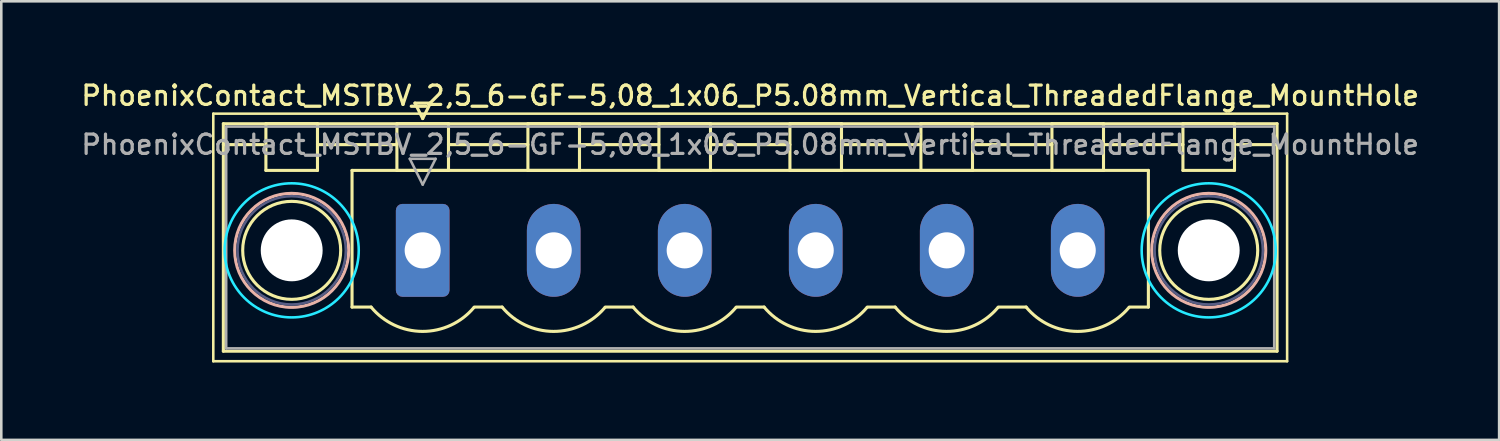
<source format=kicad_pcb>
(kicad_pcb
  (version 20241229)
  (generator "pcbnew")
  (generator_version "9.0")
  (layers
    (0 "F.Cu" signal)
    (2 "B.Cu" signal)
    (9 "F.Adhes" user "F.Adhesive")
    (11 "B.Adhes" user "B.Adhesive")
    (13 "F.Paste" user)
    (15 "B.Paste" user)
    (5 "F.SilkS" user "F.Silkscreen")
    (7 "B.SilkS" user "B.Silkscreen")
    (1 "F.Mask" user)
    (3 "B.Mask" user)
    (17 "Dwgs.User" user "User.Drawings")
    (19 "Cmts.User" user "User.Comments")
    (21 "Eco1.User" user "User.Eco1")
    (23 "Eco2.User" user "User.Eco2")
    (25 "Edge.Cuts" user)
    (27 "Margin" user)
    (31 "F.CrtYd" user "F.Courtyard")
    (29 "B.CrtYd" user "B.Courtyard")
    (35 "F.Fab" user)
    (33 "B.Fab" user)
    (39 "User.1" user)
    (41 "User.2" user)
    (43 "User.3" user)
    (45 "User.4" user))
  (footprint "PhoenixContact_MSTBV_2,5_6-GF-5,08_1x06_P5.08mm_Vertical_ThreadedFlange_MountHole"
    (layer "F.Cu")
    (at 13.341 6.658)
    (property "Reference" "PhoenixContact_MSTBV_2,5_6-GF-5,08_1x06_P5.08mm_Vertical_ThreadedFlange_MountHole" (at 12.7 -6 0) (layer "F.SilkS") (effects (font (size 0.75 0.75) (thickness 0.125))))
    (attr through_hole)
    (fp_line (start -8.12 -5.3) (end -8.12 4.3) (stroke (width 0.1) (type solid)) (layer "F.SilkS"))
    (fp_line (start -8.12 4.3) (end 33.52 4.3) (stroke (width 0.1) (type solid)) (layer "F.SilkS"))
    (fp_line (start -7.73 -4.91) (end -7.73 3.91) (stroke (width 0.12) (type solid)) (layer "F.SilkS"))
    (fp_line (start -7.73 -4.1) (end -6.19 -4.1) (stroke (width 0.12) (type solid)) (layer "F.SilkS"))
    (fp_line (start -7.73 3.91) (end 33.13 3.91) (stroke (width 0.12) (type solid)) (layer "F.SilkS"))
    (fp_line (start -6.08 -4.91) (end -4.08 -4.91) (stroke (width 0.12) (type solid)) (layer "F.SilkS"))
    (fp_line (start -6.08 -3.1) (end -6.08 -4.91) (stroke (width 0.12) (type solid)) (layer "F.SilkS"))
    (fp_line (start -4.08 -4.91) (end -4.08 -3.1) (stroke (width 0.12) (type solid)) (layer "F.SilkS"))
    (fp_line (start -4.08 -4.1) (end -1 -4.1) (stroke (width 0.12) (type solid)) (layer "F.SilkS"))
    (fp_line (start -4.08 -3.1) (end -6.08 -3.1) (stroke (width 0.12) (type solid)) (layer "F.SilkS"))
    (fp_line (start -2.74 -3.1) (end 28.14 -3.1) (stroke (width 0.12) (type solid)) (layer "F.SilkS"))
    (fp_line (start -2.74 2.2) (end -2.74 -3.1) (stroke (width 0.12) (type solid)) (layer "F.SilkS"))
    (fp_line (start -2 2.2) (end -2.74 2.2) (stroke (width 0.12) (type solid)) (layer "F.SilkS"))
    (fp_line (start -1 -4.91) (end 1 -4.91) (stroke (width 0.12) (type solid)) (layer "F.SilkS"))
    (fp_line (start -1 -3.1) (end -1 -4.91) (stroke (width 0.12) (type solid)) (layer "F.SilkS"))
    (fp_line (start -0.3 -5.71) (end 0.3 -5.71) (stroke (width 0.12) (type solid)) (layer "F.SilkS"))
    (fp_line (start 0 -5.11) (end -0.3 -5.71) (stroke (width 0.12) (type solid)) (layer "F.SilkS"))
    (fp_line (start 0.3 -5.71) (end 0 -5.11) (stroke (width 0.12) (type solid)) (layer "F.SilkS"))
    (fp_line (start 1 -4.91) (end 1 -3.1) (stroke (width 0.12) (type solid)) (layer "F.SilkS"))
    (fp_line (start 1 -4.1) (end 4.08 -4.1) (stroke (width 0.12) (type solid)) (layer "F.SilkS"))
    (fp_line (start 1 -3.1) (end -1 -3.1) (stroke (width 0.12) (type solid)) (layer "F.SilkS"))
    (fp_line (start 2 2.2) (end 3.08 2.2) (stroke (width 0.12) (type solid)) (layer "F.SilkS"))
    (fp_line (start 4.08 -4.91) (end 6.08 -4.91) (stroke (width 0.12) (type solid)) (layer "F.SilkS"))
    (fp_line (start 4.08 -3.1) (end 4.08 -4.91) (stroke (width 0.12) (type solid)) (layer "F.SilkS"))
    (fp_line (start 6.08 -4.91) (end 6.08 -3.1) (stroke (width 0.12) (type solid)) (layer "F.SilkS"))
    (fp_line (start 6.08 -4.1) (end 9.16 -4.1) (stroke (width 0.12) (type solid)) (layer "F.SilkS"))
    (fp_line (start 6.08 -3.1) (end 4.08 -3.1) (stroke (width 0.12) (type solid)) (layer "F.SilkS"))
    (fp_line (start 7.08 2.2) (end 8.16 2.2) (stroke (width 0.12) (type solid)) (layer "F.SilkS"))
    (fp_line (start 9.16 -4.91) (end 11.16 -4.91) (stroke (width 0.12) (type solid)) (layer "F.SilkS"))
    (fp_line (start 9.16 -3.1) (end 9.16 -4.91) (stroke (width 0.12) (type solid)) (layer "F.SilkS"))
    (fp_line (start 11.16 -4.91) (end 11.16 -3.1) (stroke (width 0.12) (type solid)) (layer "F.SilkS"))
    (fp_line (start 11.16 -4.1) (end 14.24 -4.1) (stroke (width 0.12) (type solid)) (layer "F.SilkS"))
    (fp_line (start 11.16 -3.1) (end 9.16 -3.1) (stroke (width 0.12) (type solid)) (layer "F.SilkS"))
    (fp_line (start 12.16 2.2) (end 13.24 2.2) (stroke (width 0.12) (type solid)) (layer "F.SilkS"))
    (fp_line (start 14.24 -4.91) (end 16.24 -4.91) (stroke (width 0.12) (type solid)) (layer "F.SilkS"))
    (fp_line (start 14.24 -3.1) (end 14.24 -4.91) (stroke (width 0.12) (type solid)) (layer "F.SilkS"))
    (fp_line (start 16.24 -4.91) (end 16.24 -3.1) (stroke (width 0.12) (type solid)) (layer "F.SilkS"))
    (fp_line (start 16.24 -4.1) (end 19.32 -4.1) (stroke (width 0.12) (type solid)) (layer "F.SilkS"))
    (fp_line (start 16.24 -3.1) (end 14.24 -3.1) (stroke (width 0.12) (type solid)) (layer "F.SilkS"))
    (fp_line (start 17.24 2.2) (end 18.32 2.2) (stroke (width 0.12) (type solid)) (layer "F.SilkS"))
    (fp_line (start 19.32 -4.91) (end 21.32 -4.91) (stroke (width 0.12) (type solid)) (layer "F.SilkS"))
    (fp_line (start 19.32 -3.1) (end 19.32 -4.91) (stroke (width 0.12) (type solid)) (layer "F.SilkS"))
    (fp_line (start 21.32 -4.91) (end 21.32 -3.1) (stroke (width 0.12) (type solid)) (layer "F.SilkS"))
    (fp_line (start 21.32 -4.1) (end 24.4 -4.1) (stroke (width 0.12) (type solid)) (layer "F.SilkS"))
    (fp_line (start 21.32 -3.1) (end 19.32 -3.1) (stroke (width 0.12) (type solid)) (layer "F.SilkS"))
    (fp_line (start 22.32 2.2) (end 23.4 2.2) (stroke (width 0.12) (type solid)) (layer "F.SilkS"))
    (fp_line (start 24.4 -4.91) (end 26.4 -4.91) (stroke (width 0.12) (type solid)) (layer "F.SilkS"))
    (fp_line (start 24.4 -3.1) (end 24.4 -4.91) (stroke (width 0.12) (type solid)) (layer "F.SilkS"))
    (fp_line (start 26.4 -4.91) (end 26.4 -3.1) (stroke (width 0.12) (type solid)) (layer "F.SilkS"))
    (fp_line (start 26.4 -4.1) (end 29.48 -4.1) (stroke (width 0.12) (type solid)) (layer "F.SilkS"))
    (fp_line (start 26.4 -3.1) (end 24.4 -3.1) (stroke (width 0.12) (type solid)) (layer "F.SilkS"))
    (fp_line (start 28.14 -3.1) (end 28.14 2.2) (stroke (width 0.12) (type solid)) (layer "F.SilkS"))
    (fp_line (start 28.14 2.2) (end 27.4 2.2) (stroke (width 0.12) (type solid)) (layer "F.SilkS"))
    (fp_line (start 29.48 -4.91) (end 31.48 -4.91) (stroke (width 0.12) (type solid)) (layer "F.SilkS"))
    (fp_line (start 29.48 -3.1) (end 29.48 -4.91) (stroke (width 0.12) (type solid)) (layer "F.SilkS"))
    (fp_line (start 31.48 -4.91) (end 31.48 -3.1) (stroke (width 0.12) (type solid)) (layer "F.SilkS"))
    (fp_line (start 31.48 -3.1) (end 29.48 -3.1) (stroke (width 0.12) (type solid)) (layer "F.SilkS"))
    (fp_line (start 33.13 -4.91) (end -7.73 -4.91) (stroke (width 0.12) (type solid)) (layer "F.SilkS"))
    (fp_line (start 33.13 -4.1) (end 31.59 -4.1) (stroke (width 0.12) (type solid)) (layer "F.SilkS"))
    (fp_line (start 33.13 3.91) (end 33.13 -4.91) (stroke (width 0.12) (type solid)) (layer "F.SilkS"))
    (fp_line (start 33.52 -5.3) (end -8.12 -5.3) (stroke (width 0.1) (type solid)) (layer "F.SilkS"))
    (fp_line (start 33.52 4.3) (end 33.52 -5.3) (stroke (width 0.1) (type solid)) (layer "F.SilkS"))
    (fp_arc (start 1.986842 2.215821) (mid -0.010289 3.142758) (end -2 2.2) (stroke (width 0.12) (type solid)) (layer "F.SilkS"))
    (fp_arc (start 7.066842 2.215821) (mid 5.069711 3.142758) (end 3.08 2.2) (stroke (width 0.12) (type solid)) (layer "F.SilkS"))
    (fp_arc (start 12.146842 2.215821) (mid 10.149711 3.142758) (end 8.16 2.2) (stroke (width 0.12) (type solid)) (layer "F.SilkS"))
    (fp_arc (start 17.226842 2.215821) (mid 15.229711 3.142758) (end 13.24 2.2) (stroke (width 0.12) (type solid)) (layer "F.SilkS"))
    (fp_arc (start 22.306842 2.215821) (mid 20.309711 3.142758) (end 18.32 2.2) (stroke (width 0.12) (type solid)) (layer "F.SilkS"))
    (fp_arc (start 27.386842 2.215821) (mid 25.389711 3.142758) (end 23.4 2.2) (stroke (width 0.12) (type solid)) (layer "F.SilkS"))
    (fp_circle (center -5.08 0) (end -3.18 0) (stroke (width 0.12) (type solid)) (fill no) (layer "F.SilkS"))
    (fp_circle (center 30.48 0) (end 32.38 0) (stroke (width 0.12) (type solid)) (fill no) (layer "F.SilkS"))
    (fp_circle (center -5.08 0) (end -2.87 0) (stroke (width 0.12) (type solid)) (fill no) (layer "B.SilkS"))
    (fp_circle (center 30.48 0) (end 32.69 0) (stroke (width 0.12) (type solid)) (fill no) (layer "B.SilkS"))
    (fp_circle (center -5.08 0) (end -2.48 0) (stroke (width 0.1) (type solid)) (fill no) (layer "B.CrtYd"))
    (fp_circle (center 30.48 0) (end 33.08 0) (stroke (width 0.1) (type solid)) (fill no) (layer "B.CrtYd"))
    (fp_circle (center -5.08 0) (end -2.98 0) (stroke (width 0.1) (type solid)) (fill no) (layer "B.Fab"))
    (fp_circle (center 30.48 0) (end 32.58 0) (stroke (width 0.1) (type solid)) (fill no) (layer "B.Fab"))
    (fp_line (start -7.62 -4.8) (end -7.62 3.8) (stroke (width 0.1) (type solid)) (layer "F.Fab"))
    (fp_line (start -7.62 3.8) (end 33.02 3.8) (stroke (width 0.1) (type solid)) (layer "F.Fab"))
    (fp_line (start -0.5 -3.55) (end 0.5 -3.55) (stroke (width 0.1) (type solid)) (layer "F.Fab"))
    (fp_line (start 0 -2.55) (end -0.5 -3.55) (stroke (width 0.1) (type solid)) (layer "F.Fab"))
    (fp_line (start 0.5 -3.55) (end 0 -2.55) (stroke (width 0.1) (type solid)) (layer "F.Fab"))
    (fp_line (start 33.02 -4.8) (end -7.62 -4.8) (stroke (width 0.1) (type solid)) (layer "F.Fab"))
    (fp_line (start 33.02 3.8) (end 33.02 -4.8) (stroke (width 0.1) (type solid)) (layer "F.Fab"))
    (fp_text user "${REFERENCE}" (at 12.7 -4.1 0) (layer "F.Fab") (effects (font (size 0.75 0.75) (thickness 0.125))))
    (pad "" np_thru_hole circle (at -5.08 0) (size 2.4 2.4) (drill 2.4) (layers "*.Cu" "*.Mask"))
    (pad "" np_thru_hole circle (at 30.48 0) (size 2.4 2.4) (drill 2.4) (layers "*.Cu" "*.Mask"))
    (pad "1" thru_hole roundrect (at 0 0) (size 2.08 3.6) (drill 1.4) (layers "*.Cu" "*.Mask") (roundrect_rratio 0.12))
    (pad "2" thru_hole oval (at 5.08 0) (size 2.08 3.6) (drill 1.4) (layers "*.Cu" "*.Mask"))
    (pad "3" thru_hole oval (at 10.16 0) (size 2.08 3.6) (drill 1.4) (layers "*.Cu" "*.Mask"))
    (pad "4" thru_hole oval (at 15.24 0) (size 2.08 3.6) (drill 1.4) (layers "*.Cu" "*.Mask"))
    (pad "5" thru_hole oval (at 20.32 0) (size 2.08 3.6) (drill 1.4) (layers "*.Cu" "*.Mask"))
    (pad "6" thru_hole oval (at 25.4 0) (size 2.08 3.6) (drill 1.4) (layers "*.Cu" "*.Mask")))
  (gr_rect
    (start -3 -3)
    (end 55.082 14.008)
    (stroke (width 0.1) (type default))
    (fill no)
    (layer "Edge.Cuts")))
</source>
